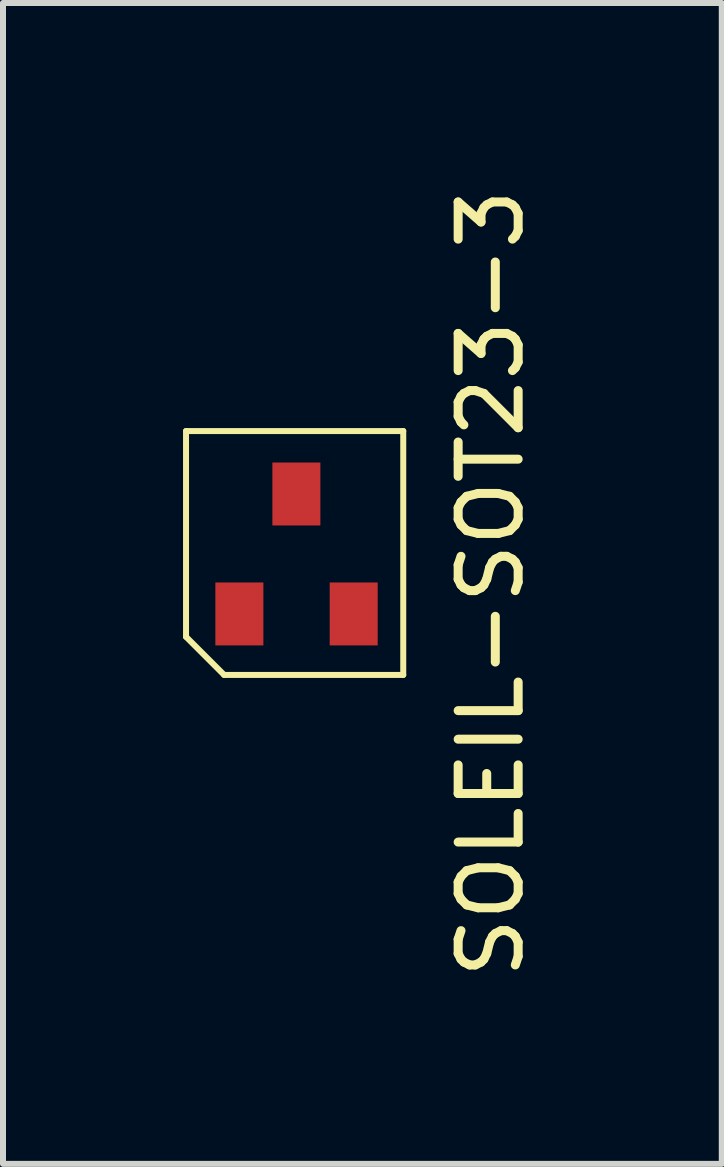
<source format=kicad_pcb>
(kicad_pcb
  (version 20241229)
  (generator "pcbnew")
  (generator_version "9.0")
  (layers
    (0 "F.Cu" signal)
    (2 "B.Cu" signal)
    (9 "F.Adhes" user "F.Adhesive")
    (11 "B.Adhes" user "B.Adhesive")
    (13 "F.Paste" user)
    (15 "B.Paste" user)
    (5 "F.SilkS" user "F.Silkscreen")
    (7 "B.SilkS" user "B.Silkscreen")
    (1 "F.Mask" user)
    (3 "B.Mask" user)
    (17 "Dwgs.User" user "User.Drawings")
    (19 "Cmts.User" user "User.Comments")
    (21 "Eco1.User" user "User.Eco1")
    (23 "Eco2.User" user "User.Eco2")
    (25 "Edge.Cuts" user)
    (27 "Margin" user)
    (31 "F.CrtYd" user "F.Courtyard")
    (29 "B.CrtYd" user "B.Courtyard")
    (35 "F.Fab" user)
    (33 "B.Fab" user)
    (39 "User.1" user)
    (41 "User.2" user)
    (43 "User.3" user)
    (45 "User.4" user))
  (footprint "SOLEIL-SOT23-3"
    (layer "F.Cu")
    (at 0.939 7.181)
    (property "Reference" "SOLEIL-SOT23-3" (at 4.191 -0.508 90) (layer "F.SilkS") (effects (font (size 1 1) (thickness 0.15))))
    (attr smd)
    (fp_line (start -0.889 0.381) (end -0.889 -3.048) (stroke (width 0.1) (type solid)) (layer "F.SilkS"))
    (fp_line (start -0.889 0.381) (end -0.254 1.016) (stroke (width 0.1) (type solid)) (layer "F.SilkS"))
    (fp_line (start 2.731 -3.048) (end -0.889 -3.048) (stroke (width 0.1) (type solid)) (layer "F.SilkS"))
    (fp_line (start 2.731 1.016) (end -0.254 1.016) (stroke (width 0.1) (type solid)) (layer "F.SilkS"))
    (fp_line (start 2.731 1.016) (end 2.731 -3.048) (stroke (width 0.1) (type solid)) (layer "F.SilkS"))
    (pad "1" smd rect (at 0 0) (size 0.8 1.049) (layers "F.Cu" "F.Mask" "F.Paste"))
    (pad "2" smd rect (at 1.905 0) (size 0.8 1.049) (layers "F.Cu" "F.Mask" "F.Paste"))
    (pad "3" smd rect (at 0.95 -1.999) (size 0.8 1.049) (layers "F.Cu" "F.Mask" "F.Paste")))
  (gr_rect
    (start -3 -3)
    (end 8.978 16.345)
    (stroke (width 0.1) (type default))
    (fill no)
    (layer "Edge.Cuts")))
</source>
